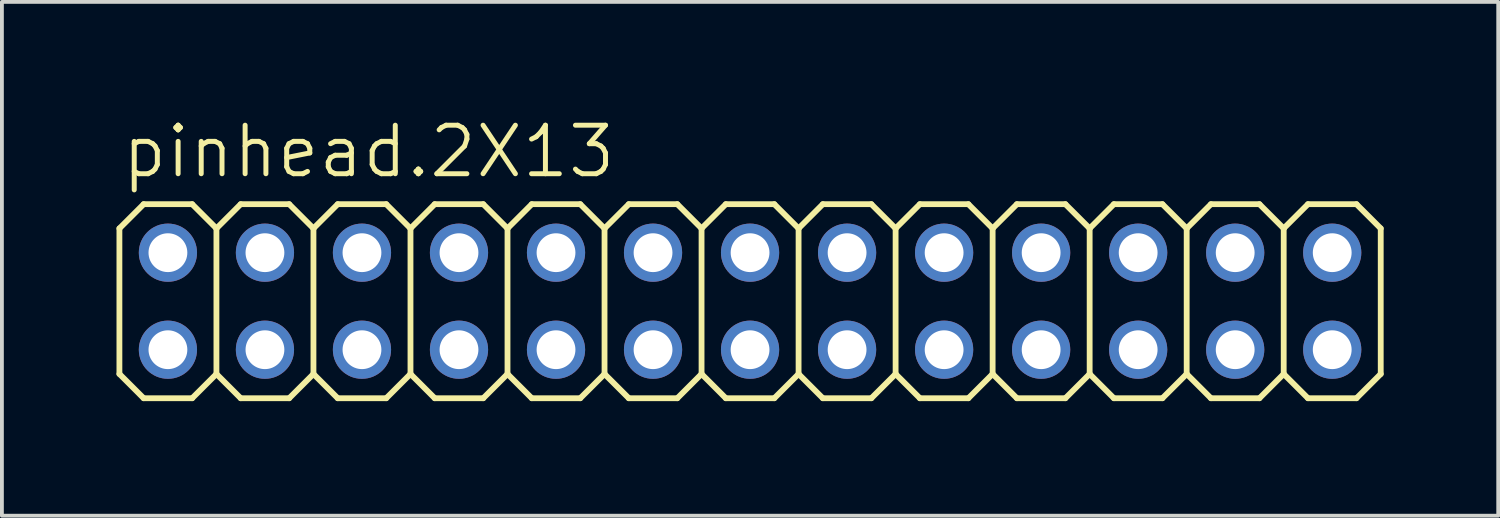
<source format=kicad_pcb>
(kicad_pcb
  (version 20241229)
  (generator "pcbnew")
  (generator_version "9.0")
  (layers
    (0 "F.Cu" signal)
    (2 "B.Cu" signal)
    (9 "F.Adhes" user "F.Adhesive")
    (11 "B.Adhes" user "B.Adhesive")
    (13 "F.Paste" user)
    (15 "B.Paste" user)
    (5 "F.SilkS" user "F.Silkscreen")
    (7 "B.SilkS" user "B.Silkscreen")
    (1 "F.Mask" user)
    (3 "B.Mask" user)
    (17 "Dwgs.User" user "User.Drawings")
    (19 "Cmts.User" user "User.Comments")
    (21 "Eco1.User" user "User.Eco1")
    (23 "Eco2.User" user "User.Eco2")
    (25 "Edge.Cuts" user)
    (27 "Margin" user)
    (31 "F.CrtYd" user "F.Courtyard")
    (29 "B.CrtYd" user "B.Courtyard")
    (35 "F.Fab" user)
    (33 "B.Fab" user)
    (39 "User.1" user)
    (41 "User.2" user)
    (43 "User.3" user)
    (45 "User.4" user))
  (footprint "pinhead.2X13"
    (layer "F.Cu")
    (at 16.586 4.835)
    (property "Reference" "pinhead.2X13" (at -16.51 -3.175 0) (layer "F.SilkS") (effects (font (size 1.27 1.27) (thickness 0.13)) (justify left bottom)))
    (attr through_hole)
    (fp_line (start -16.51 -1.905) (end -15.875 -2.54) (stroke (width 0.152) (type default)) (layer "F.SilkS"))
    (fp_line (start -16.51 1.905) (end -16.51 -1.905) (stroke (width 0.152) (type default)) (layer "F.SilkS"))
    (fp_line (start -16.51 1.905) (end -15.875 2.54) (stroke (width 0.152) (type default)) (layer "F.SilkS"))
    (fp_line (start -15.875 -2.54) (end -14.605 -2.54) (stroke (width 0.152) (type default)) (layer "F.SilkS"))
    (fp_line (start -15.875 2.54) (end -14.605 2.54) (stroke (width 0.152) (type default)) (layer "F.SilkS"))
    (fp_line (start -14.605 -2.54) (end -13.97 -1.905) (stroke (width 0.152) (type default)) (layer "F.SilkS"))
    (fp_line (start -14.605 2.54) (end -13.97 1.905) (stroke (width 0.152) (type default)) (layer "F.SilkS"))
    (fp_line (start -13.97 -1.905) (end -13.97 1.905) (stroke (width 0.152) (type default)) (layer "F.SilkS"))
    (fp_line (start -13.97 -1.905) (end -13.335 -2.54) (stroke (width 0.152) (type default)) (layer "F.SilkS"))
    (fp_line (start -13.97 1.905) (end -13.335 2.54) (stroke (width 0.152) (type default)) (layer "F.SilkS"))
    (fp_line (start -13.335 -2.54) (end -12.065 -2.54) (stroke (width 0.152) (type default)) (layer "F.SilkS"))
    (fp_line (start -13.335 2.54) (end -12.065 2.54) (stroke (width 0.152) (type default)) (layer "F.SilkS"))
    (fp_line (start -12.065 -2.54) (end -11.43 -1.905) (stroke (width 0.152) (type default)) (layer "F.SilkS"))
    (fp_line (start -12.065 2.54) (end -11.43 1.905) (stroke (width 0.152) (type default)) (layer "F.SilkS"))
    (fp_line (start -11.43 -1.905) (end -11.43 1.905) (stroke (width 0.152) (type default)) (layer "F.SilkS"))
    (fp_line (start -11.43 -1.905) (end -10.795 -2.54) (stroke (width 0.152) (type default)) (layer "F.SilkS"))
    (fp_line (start -11.43 1.905) (end -10.795 2.54) (stroke (width 0.152) (type default)) (layer "F.SilkS"))
    (fp_line (start -10.795 -2.54) (end -9.525 -2.54) (stroke (width 0.152) (type default)) (layer "F.SilkS"))
    (fp_line (start -10.795 2.54) (end -9.525 2.54) (stroke (width 0.152) (type default)) (layer "F.SilkS"))
    (fp_line (start -9.525 -2.54) (end -8.89 -1.905) (stroke (width 0.152) (type default)) (layer "F.SilkS"))
    (fp_line (start -9.525 2.54) (end -8.89 1.905) (stroke (width 0.152) (type default)) (layer "F.SilkS"))
    (fp_line (start -8.89 -1.905) (end -8.89 1.905) (stroke (width 0.152) (type default)) (layer "F.SilkS"))
    (fp_line (start -8.89 -1.905) (end -8.255 -2.54) (stroke (width 0.152) (type default)) (layer "F.SilkS"))
    (fp_line (start -8.89 1.905) (end -8.255 2.54) (stroke (width 0.152) (type default)) (layer "F.SilkS"))
    (fp_line (start -8.255 -2.54) (end -6.985 -2.54) (stroke (width 0.152) (type default)) (layer "F.SilkS"))
    (fp_line (start -8.255 2.54) (end -6.985 2.54) (stroke (width 0.152) (type default)) (layer "F.SilkS"))
    (fp_line (start -6.985 -2.54) (end -6.35 -1.905) (stroke (width 0.152) (type default)) (layer "F.SilkS"))
    (fp_line (start -6.985 2.54) (end -6.35 1.905) (stroke (width 0.152) (type default)) (layer "F.SilkS"))
    (fp_line (start -6.35 -1.905) (end -6.35 1.905) (stroke (width 0.152) (type default)) (layer "F.SilkS"))
    (fp_line (start -6.35 -1.905) (end -5.715 -2.54) (stroke (width 0.152) (type default)) (layer "F.SilkS"))
    (fp_line (start -6.35 1.905) (end -5.715 2.54) (stroke (width 0.152) (type default)) (layer "F.SilkS"))
    (fp_line (start -5.715 -2.54) (end -4.445 -2.54) (stroke (width 0.152) (type default)) (layer "F.SilkS"))
    (fp_line (start -5.715 2.54) (end -4.445 2.54) (stroke (width 0.152) (type default)) (layer "F.SilkS"))
    (fp_line (start -4.445 -2.54) (end -3.81 -1.905) (stroke (width 0.152) (type default)) (layer "F.SilkS"))
    (fp_line (start -4.445 2.54) (end -3.81 1.905) (stroke (width 0.152) (type default)) (layer "F.SilkS"))
    (fp_line (start -3.81 -1.905) (end -3.81 1.905) (stroke (width 0.152) (type default)) (layer "F.SilkS"))
    (fp_line (start -3.81 -1.905) (end -3.175 -2.54) (stroke (width 0.152) (type default)) (layer "F.SilkS"))
    (fp_line (start -3.81 1.905) (end -3.175 2.54) (stroke (width 0.152) (type default)) (layer "F.SilkS"))
    (fp_line (start -3.175 -2.54) (end -1.905 -2.54) (stroke (width 0.152) (type default)) (layer "F.SilkS"))
    (fp_line (start -3.175 2.54) (end -1.905 2.54) (stroke (width 0.152) (type default)) (layer "F.SilkS"))
    (fp_line (start -1.905 -2.54) (end -1.27 -1.905) (stroke (width 0.152) (type default)) (layer "F.SilkS"))
    (fp_line (start -1.905 2.54) (end -1.27 1.905) (stroke (width 0.152) (type default)) (layer "F.SilkS"))
    (fp_line (start -1.27 -1.905) (end -1.27 1.905) (stroke (width 0.152) (type default)) (layer "F.SilkS"))
    (fp_line (start -1.27 -1.905) (end -0.635 -2.54) (stroke (width 0.152) (type default)) (layer "F.SilkS"))
    (fp_line (start -1.27 1.905) (end -0.635 2.54) (stroke (width 0.152) (type default)) (layer "F.SilkS"))
    (fp_line (start -0.635 -2.54) (end 0.635 -2.54) (stroke (width 0.152) (type default)) (layer "F.SilkS"))
    (fp_line (start 0.635 -2.54) (end 1.27 -1.905) (stroke (width 0.152) (type default)) (layer "F.SilkS"))
    (fp_line (start 0.635 2.54) (end -0.635 2.54) (stroke (width 0.152) (type default)) (layer "F.SilkS"))
    (fp_line (start 1.27 -1.905) (end 1.27 1.905) (stroke (width 0.152) (type default)) (layer "F.SilkS"))
    (fp_line (start 1.27 -1.905) (end 1.905 -2.54) (stroke (width 0.152) (type default)) (layer "F.SilkS"))
    (fp_line (start 1.27 1.905) (end 0.635 2.54) (stroke (width 0.152) (type default)) (layer "F.SilkS"))
    (fp_line (start 1.27 1.905) (end 1.905 2.54) (stroke (width 0.152) (type default)) (layer "F.SilkS"))
    (fp_line (start 1.905 -2.54) (end 3.175 -2.54) (stroke (width 0.152) (type default)) (layer "F.SilkS"))
    (fp_line (start 3.175 -2.54) (end 3.81 -1.905) (stroke (width 0.152) (type default)) (layer "F.SilkS"))
    (fp_line (start 3.175 2.54) (end 1.905 2.54) (stroke (width 0.152) (type default)) (layer "F.SilkS"))
    (fp_line (start 3.81 -1.905) (end 3.81 1.905) (stroke (width 0.152) (type default)) (layer "F.SilkS"))
    (fp_line (start 3.81 -1.905) (end 4.445 -2.54) (stroke (width 0.152) (type default)) (layer "F.SilkS"))
    (fp_line (start 3.81 1.905) (end 3.175 2.54) (stroke (width 0.152) (type default)) (layer "F.SilkS"))
    (fp_line (start 3.81 1.905) (end 4.445 2.54) (stroke (width 0.152) (type default)) (layer "F.SilkS"))
    (fp_line (start 4.445 -2.54) (end 5.715 -2.54) (stroke (width 0.152) (type default)) (layer "F.SilkS"))
    (fp_line (start 5.715 -2.54) (end 6.35 -1.905) (stroke (width 0.152) (type default)) (layer "F.SilkS"))
    (fp_line (start 5.715 2.54) (end 4.445 2.54) (stroke (width 0.152) (type default)) (layer "F.SilkS"))
    (fp_line (start 6.35 -1.905) (end 6.35 1.905) (stroke (width 0.152) (type default)) (layer "F.SilkS"))
    (fp_line (start 6.35 -1.905) (end 6.985 -2.54) (stroke (width 0.152) (type default)) (layer "F.SilkS"))
    (fp_line (start 6.35 1.905) (end 5.715 2.54) (stroke (width 0.152) (type default)) (layer "F.SilkS"))
    (fp_line (start 6.35 1.905) (end 6.985 2.54) (stroke (width 0.152) (type default)) (layer "F.SilkS"))
    (fp_line (start 6.985 -2.54) (end 8.255 -2.54) (stroke (width 0.152) (type default)) (layer "F.SilkS"))
    (fp_line (start 8.255 -2.54) (end 8.89 -1.905) (stroke (width 0.152) (type default)) (layer "F.SilkS"))
    (fp_line (start 8.255 2.54) (end 6.985 2.54) (stroke (width 0.152) (type default)) (layer "F.SilkS"))
    (fp_line (start 8.89 -1.905) (end 8.89 1.905) (stroke (width 0.152) (type default)) (layer "F.SilkS"))
    (fp_line (start 8.89 -1.905) (end 9.525 -2.54) (stroke (width 0.152) (type default)) (layer "F.SilkS"))
    (fp_line (start 8.89 1.905) (end 8.255 2.54) (stroke (width 0.152) (type default)) (layer "F.SilkS"))
    (fp_line (start 8.89 1.905) (end 9.525 2.54) (stroke (width 0.152) (type default)) (layer "F.SilkS"))
    (fp_line (start 9.525 -2.54) (end 10.795 -2.54) (stroke (width 0.152) (type default)) (layer "F.SilkS"))
    (fp_line (start 10.795 -2.54) (end 11.43 -1.905) (stroke (width 0.152) (type default)) (layer "F.SilkS"))
    (fp_line (start 10.795 2.54) (end 9.525 2.54) (stroke (width 0.152) (type default)) (layer "F.SilkS"))
    (fp_line (start 11.43 -1.905) (end 11.43 1.905) (stroke (width 0.152) (type default)) (layer "F.SilkS"))
    (fp_line (start 11.43 -1.905) (end 12.065 -2.54) (stroke (width 0.152) (type default)) (layer "F.SilkS"))
    (fp_line (start 11.43 1.905) (end 10.795 2.54) (stroke (width 0.152) (type default)) (layer "F.SilkS"))
    (fp_line (start 11.43 1.905) (end 12.065 2.54) (stroke (width 0.152) (type default)) (layer "F.SilkS"))
    (fp_line (start 12.065 -2.54) (end 13.335 -2.54) (stroke (width 0.152) (type default)) (layer "F.SilkS"))
    (fp_line (start 13.335 2.54) (end 12.065 2.54) (stroke (width 0.152) (type default)) (layer "F.SilkS"))
    (fp_line (start 13.97 -1.905) (end 13.335 -2.54) (stroke (width 0.152) (type default)) (layer "F.SilkS"))
    (fp_line (start 13.97 -1.905) (end 13.97 1.905) (stroke (width 0.152) (type default)) (layer "F.SilkS"))
    (fp_line (start 13.97 -1.905) (end 14.605 -2.54) (stroke (width 0.152) (type default)) (layer "F.SilkS"))
    (fp_line (start 13.97 1.905) (end 13.335 2.54) (stroke (width 0.152) (type default)) (layer "F.SilkS"))
    (fp_line (start 13.97 1.905) (end 14.605 2.54) (stroke (width 0.152) (type default)) (layer "F.SilkS"))
    (fp_line (start 14.605 -2.54) (end 15.875 -2.54) (stroke (width 0.152) (type default)) (layer "F.SilkS"))
    (fp_line (start 15.875 2.54) (end 14.605 2.54) (stroke (width 0.152) (type default)) (layer "F.SilkS"))
    (fp_line (start 16.51 -1.905) (end 15.875 -2.54) (stroke (width 0.152) (type default)) (layer "F.SilkS"))
    (fp_line (start 16.51 -1.905) (end 16.51 1.905) (stroke (width 0.152) (type default)) (layer "F.SilkS"))
    (fp_line (start 16.51 1.905) (end 15.875 2.54) (stroke (width 0.152) (type default)) (layer "F.SilkS"))
    (fp_rect (start -15.494 -1.016) (end -14.986 -1.524) (stroke (width 0.05) (type default)) (fill yes) (layer "F.SilkS"))
    (fp_rect (start -15.494 1.524) (end -14.986 1.016) (stroke (width 0.05) (type default)) (fill yes) (layer "F.SilkS"))
    (fp_rect (start -12.954 -1.016) (end -12.446 -1.524) (stroke (width 0.05) (type default)) (fill yes) (layer "F.SilkS"))
    (fp_rect (start -12.954 1.524) (end -12.446 1.016) (stroke (width 0.05) (type default)) (fill yes) (layer "F.SilkS"))
    (fp_rect (start -10.414 -1.016) (end -9.906 -1.524) (stroke (width 0.05) (type default)) (fill yes) (layer "F.SilkS"))
    (fp_rect (start -10.414 1.524) (end -9.906 1.016) (stroke (width 0.05) (type default)) (fill yes) (layer "F.SilkS"))
    (fp_rect (start -7.874 -1.016) (end -7.366 -1.524) (stroke (width 0.05) (type default)) (fill yes) (layer "F.SilkS"))
    (fp_rect (start -7.874 1.524) (end -7.366 1.016) (stroke (width 0.05) (type default)) (fill yes) (layer "F.SilkS"))
    (fp_rect (start -5.334 -1.016) (end -4.826 -1.524) (stroke (width 0.05) (type default)) (fill yes) (layer "F.SilkS"))
    (fp_rect (start -5.334 1.524) (end -4.826 1.016) (stroke (width 0.05) (type default)) (fill yes) (layer "F.SilkS"))
    (fp_rect (start -2.794 -1.016) (end -2.286 -1.524) (stroke (width 0.05) (type default)) (fill yes) (layer "F.SilkS"))
    (fp_rect (start -2.794 1.524) (end -2.286 1.016) (stroke (width 0.05) (type default)) (fill yes) (layer "F.SilkS"))
    (fp_rect (start -0.254 -1.016) (end 0.254 -1.524) (stroke (width 0.05) (type default)) (fill yes) (layer "F.SilkS"))
    (fp_rect (start -0.254 1.524) (end 0.254 1.016) (stroke (width 0.05) (type default)) (fill yes) (layer "F.SilkS"))
    (fp_rect (start 2.286 -1.016) (end 2.794 -1.524) (stroke (width 0.05) (type default)) (fill yes) (layer "F.SilkS"))
    (fp_rect (start 2.286 1.524) (end 2.794 1.016) (stroke (width 0.05) (type default)) (fill yes) (layer "F.SilkS"))
    (fp_rect (start 4.826 -1.016) (end 5.334 -1.524) (stroke (width 0.05) (type default)) (fill yes) (layer "F.SilkS"))
    (fp_rect (start 4.826 1.524) (end 5.334 1.016) (stroke (width 0.05) (type default)) (fill yes) (layer "F.SilkS"))
    (fp_rect (start 7.366 -1.016) (end 7.874 -1.524) (stroke (width 0.05) (type default)) (fill yes) (layer "F.SilkS"))
    (fp_rect (start 7.366 1.524) (end 7.874 1.016) (stroke (width 0.05) (type default)) (fill yes) (layer "F.SilkS"))
    (fp_rect (start 9.906 -1.016) (end 10.414 -1.524) (stroke (width 0.05) (type default)) (fill yes) (layer "F.SilkS"))
    (fp_rect (start 9.906 1.524) (end 10.414 1.016) (stroke (width 0.05) (type default)) (fill yes) (layer "F.SilkS"))
    (fp_rect (start 12.446 -1.016) (end 12.954 -1.524) (stroke (width 0.05) (type default)) (fill yes) (layer "F.SilkS"))
    (fp_rect (start 12.446 1.524) (end 12.954 1.016) (stroke (width 0.05) (type default)) (fill yes) (layer "F.SilkS"))
    (fp_rect (start 14.986 -1.016) (end 15.494 -1.524) (stroke (width 0.05) (type default)) (fill yes) (layer "F.SilkS"))
    (fp_rect (start 14.986 1.524) (end 15.494 1.016) (stroke (width 0.05) (type default)) (fill yes) (layer "F.SilkS"))
    (pad "1" thru_hole circle (at -15.24 1.27) (size 1.524 1.524) (drill 1.016) (layers "*.Cu" "*.Mask"))
    (pad "2" thru_hole circle (at -15.24 -1.27) (size 1.524 1.524) (drill 1.016) (layers "*.Cu" "*.Mask"))
    (pad "3" thru_hole circle (at -12.7 1.27) (size 1.524 1.524) (drill 1.016) (layers "*.Cu" "*.Mask"))
    (pad "4" thru_hole circle (at -12.7 -1.27) (size 1.524 1.524) (drill 1.016) (layers "*.Cu" "*.Mask"))
    (pad "5" thru_hole circle (at -10.16 1.27) (size 1.524 1.524) (drill 1.016) (layers "*.Cu" "*.Mask"))
    (pad "6" thru_hole circle (at -10.16 -1.27) (size 1.524 1.524) (drill 1.016) (layers "*.Cu" "*.Mask"))
    (pad "7" thru_hole circle (at -7.62 1.27) (size 1.524 1.524) (drill 1.016) (layers "*.Cu" "*.Mask"))
    (pad "8" thru_hole circle (at -7.62 -1.27) (size 1.524 1.524) (drill 1.016) (layers "*.Cu" "*.Mask"))
    (pad "9" thru_hole circle (at -5.08 1.27) (size 1.524 1.524) (drill 1.016) (layers "*.Cu" "*.Mask"))
    (pad "10" thru_hole circle (at -5.08 -1.27) (size 1.524 1.524) (drill 1.016) (layers "*.Cu" "*.Mask"))
    (pad "11" thru_hole circle (at -2.54 1.27) (size 1.524 1.524) (drill 1.016) (layers "*.Cu" "*.Mask"))
    (pad "12" thru_hole circle (at -2.54 -1.27) (size 1.524 1.524) (drill 1.016) (layers "*.Cu" "*.Mask"))
    (pad "13" thru_hole circle (at 0 1.27) (size 1.524 1.524) (drill 1.016) (layers "*.Cu" "*.Mask"))
    (pad "14" thru_hole circle (at 0 -1.27) (size 1.524 1.524) (drill 1.016) (layers "*.Cu" "*.Mask"))
    (pad "15" thru_hole circle (at 2.54 1.27) (size 1.524 1.524) (drill 1.016) (layers "*.Cu" "*.Mask"))
    (pad "16" thru_hole circle (at 2.54 -1.27) (size 1.524 1.524) (drill 1.016) (layers "*.Cu" "*.Mask"))
    (pad "17" thru_hole circle (at 5.08 1.27) (size 1.524 1.524) (drill 1.016) (layers "*.Cu" "*.Mask"))
    (pad "18" thru_hole circle (at 5.08 -1.27) (size 1.524 1.524) (drill 1.016) (layers "*.Cu" "*.Mask"))
    (pad "19" thru_hole circle (at 7.62 1.27) (size 1.524 1.524) (drill 1.016) (layers "*.Cu" "*.Mask"))
    (pad "20" thru_hole circle (at 7.62 -1.27) (size 1.524 1.524) (drill 1.016) (layers "*.Cu" "*.Mask"))
    (pad "21" thru_hole circle (at 10.16 1.27) (size 1.524 1.524) (drill 1.016) (layers "*.Cu" "*.Mask"))
    (pad "22" thru_hole circle (at 10.16 -1.27) (size 1.524 1.524) (drill 1.016) (layers "*.Cu" "*.Mask"))
    (pad "23" thru_hole circle (at 12.7 1.27) (size 1.524 1.524) (drill 1.016) (layers "*.Cu" "*.Mask"))
    (pad "24" thru_hole circle (at 12.7 -1.27) (size 1.524 1.524) (drill 1.016) (layers "*.Cu" "*.Mask"))
    (pad "25" thru_hole circle (at 15.24 1.27) (size 1.524 1.524) (drill 1.016) (layers "*.Cu" "*.Mask"))
    (pad "26" thru_hole circle (at 15.24 -1.27) (size 1.524 1.524) (drill 1.016) (layers "*.Cu" "*.Mask")))
  (gr_rect
    (start -3 -3)
    (end 36.172 10.451)
    (stroke (width 0.1) (type default))
    (fill no)
    (layer "Edge.Cuts")))
</source>
